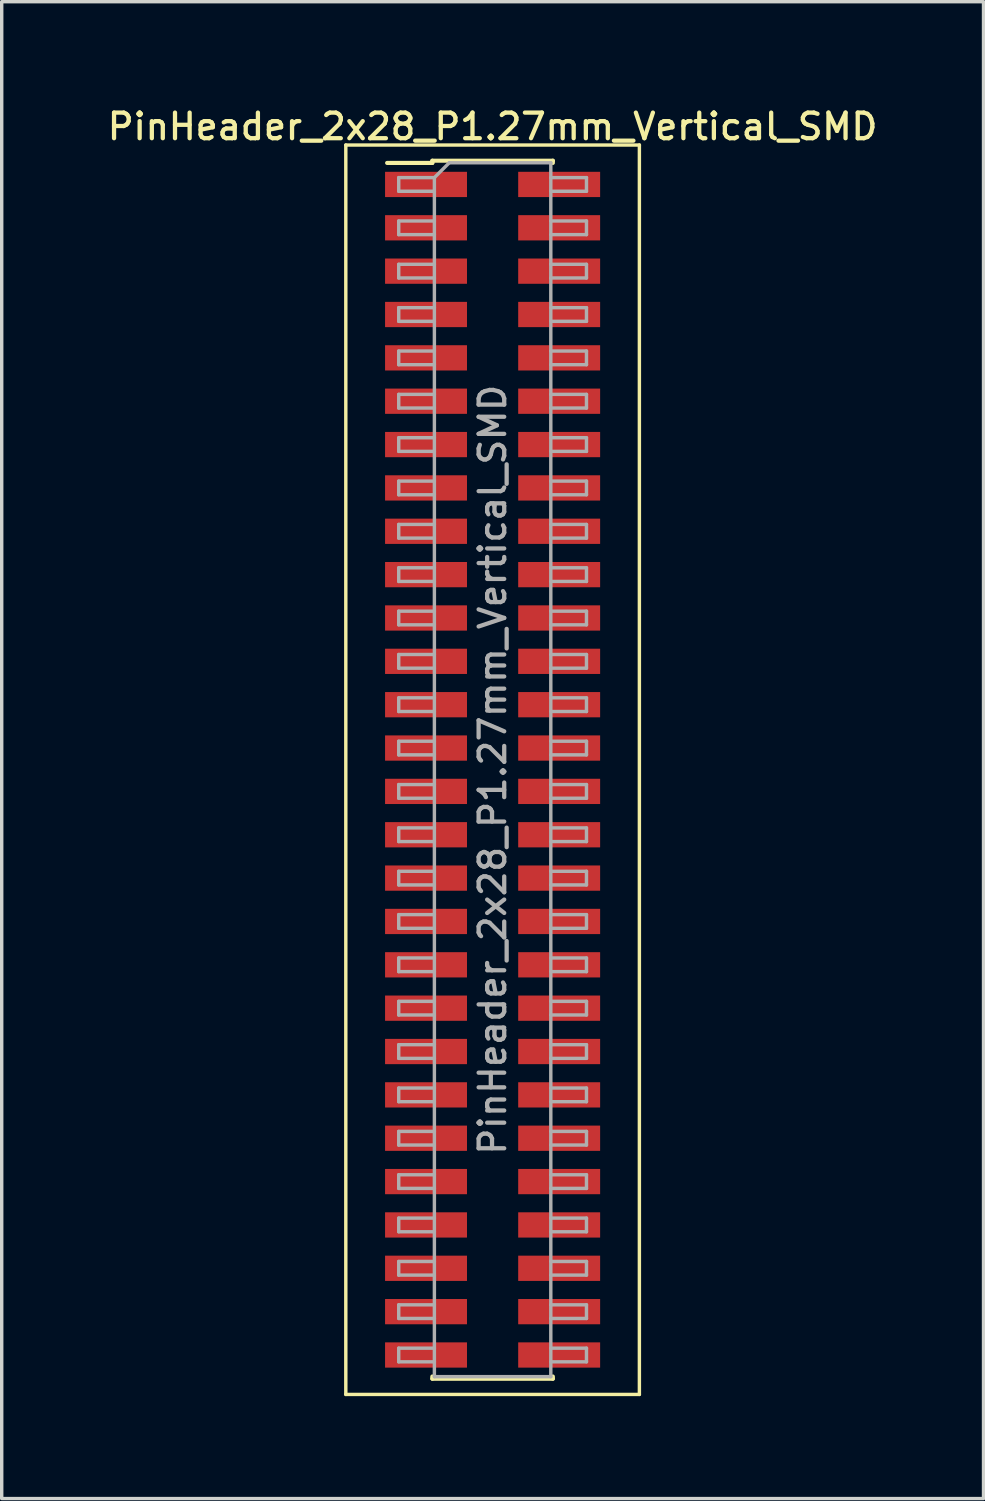
<source format=kicad_pcb>
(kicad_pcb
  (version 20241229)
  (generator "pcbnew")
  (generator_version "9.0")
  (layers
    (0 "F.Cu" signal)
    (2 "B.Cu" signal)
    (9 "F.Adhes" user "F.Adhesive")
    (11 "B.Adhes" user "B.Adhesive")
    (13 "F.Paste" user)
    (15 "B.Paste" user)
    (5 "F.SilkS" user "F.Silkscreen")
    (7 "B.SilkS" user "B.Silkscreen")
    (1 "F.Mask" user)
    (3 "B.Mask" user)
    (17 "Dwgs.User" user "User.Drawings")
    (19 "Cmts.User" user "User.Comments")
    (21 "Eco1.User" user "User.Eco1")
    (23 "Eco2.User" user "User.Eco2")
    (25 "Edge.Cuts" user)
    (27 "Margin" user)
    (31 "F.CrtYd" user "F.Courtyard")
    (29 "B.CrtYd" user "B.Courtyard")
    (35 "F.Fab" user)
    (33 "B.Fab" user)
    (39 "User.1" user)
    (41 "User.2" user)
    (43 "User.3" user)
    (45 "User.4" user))
  (footprint "PinHeader_2x28_P1.27mm_Vertical_SMD"
    (layer "F.Cu")
    (at 11.38 19.498)
    (property "Reference" "PinHeader_2x28_P1.27mm_Vertical_SMD" (at 0 -18.84 0) (layer "F.SilkS") (effects (font (size 0.75 0.75) (thickness 0.125))))
    (attr smd)
    (fp_line (start -4.3 -18.3) (end -4.3 18.3) (stroke (width 0.1) (type solid)) (layer "F.SilkS"))
    (fp_line (start -4.3 18.3) (end 4.3 18.3) (stroke (width 0.1) (type solid)) (layer "F.SilkS"))
    (fp_line (start -3.09 -17.775) (end -1.765 -17.775) (stroke (width 0.12) (type solid)) (layer "F.SilkS"))
    (fp_line (start -1.765 -17.84) (end -1.765 -17.775) (stroke (width 0.12) (type solid)) (layer "F.SilkS"))
    (fp_line (start -1.765 -17.84) (end 1.765 -17.84) (stroke (width 0.12) (type solid)) (layer "F.SilkS"))
    (fp_line (start -1.765 17.775) (end -1.765 17.84) (stroke (width 0.12) (type solid)) (layer "F.SilkS"))
    (fp_line (start -1.765 17.84) (end 1.765 17.84) (stroke (width 0.12) (type solid)) (layer "F.SilkS"))
    (fp_line (start 1.765 -17.84) (end 1.765 -17.775) (stroke (width 0.12) (type solid)) (layer "F.SilkS"))
    (fp_line (start 1.765 17.775) (end 1.765 17.84) (stroke (width 0.12) (type solid)) (layer "F.SilkS"))
    (fp_line (start 4.3 -18.3) (end -4.3 -18.3) (stroke (width 0.1) (type solid)) (layer "F.SilkS"))
    (fp_line (start 4.3 18.3) (end 4.3 -18.3) (stroke (width 0.1) (type solid)) (layer "F.SilkS"))
    (fp_line (start -2.75 -17.345) (end -2.75 -16.945) (stroke (width 0.1) (type solid)) (layer "F.Fab"))
    (fp_line (start -2.75 -16.945) (end -1.705 -16.945) (stroke (width 0.1) (type solid)) (layer "F.Fab"))
    (fp_line (start -2.75 -16.075) (end -2.75 -15.675) (stroke (width 0.1) (type solid)) (layer "F.Fab"))
    (fp_line (start -2.75 -15.675) (end -1.705 -15.675) (stroke (width 0.1) (type solid)) (layer "F.Fab"))
    (fp_line (start -2.75 -14.805) (end -2.75 -14.405) (stroke (width 0.1) (type solid)) (layer "F.Fab"))
    (fp_line (start -2.75 -14.405) (end -1.705 -14.405) (stroke (width 0.1) (type solid)) (layer "F.Fab"))
    (fp_line (start -2.75 -13.535) (end -2.75 -13.135) (stroke (width 0.1) (type solid)) (layer "F.Fab"))
    (fp_line (start -2.75 -13.135) (end -1.705 -13.135) (stroke (width 0.1) (type solid)) (layer "F.Fab"))
    (fp_line (start -2.75 -12.265) (end -2.75 -11.865) (stroke (width 0.1) (type solid)) (layer "F.Fab"))
    (fp_line (start -2.75 -11.865) (end -1.705 -11.865) (stroke (width 0.1) (type solid)) (layer "F.Fab"))
    (fp_line (start -2.75 -10.995) (end -2.75 -10.595) (stroke (width 0.1) (type solid)) (layer "F.Fab"))
    (fp_line (start -2.75 -10.595) (end -1.705 -10.595) (stroke (width 0.1) (type solid)) (layer "F.Fab"))
    (fp_line (start -2.75 -9.725) (end -2.75 -9.325) (stroke (width 0.1) (type solid)) (layer "F.Fab"))
    (fp_line (start -2.75 -9.325) (end -1.705 -9.325) (stroke (width 0.1) (type solid)) (layer "F.Fab"))
    (fp_line (start -2.75 -8.455) (end -2.75 -8.055) (stroke (width 0.1) (type solid)) (layer "F.Fab"))
    (fp_line (start -2.75 -8.055) (end -1.705 -8.055) (stroke (width 0.1) (type solid)) (layer "F.Fab"))
    (fp_line (start -2.75 -7.185) (end -2.75 -6.785) (stroke (width 0.1) (type solid)) (layer "F.Fab"))
    (fp_line (start -2.75 -6.785) (end -1.705 -6.785) (stroke (width 0.1) (type solid)) (layer "F.Fab"))
    (fp_line (start -2.75 -5.915) (end -2.75 -5.515) (stroke (width 0.1) (type solid)) (layer "F.Fab"))
    (fp_line (start -2.75 -5.515) (end -1.705 -5.515) (stroke (width 0.1) (type solid)) (layer "F.Fab"))
    (fp_line (start -2.75 -4.645) (end -2.75 -4.245) (stroke (width 0.1) (type solid)) (layer "F.Fab"))
    (fp_line (start -2.75 -4.245) (end -1.705 -4.245) (stroke (width 0.1) (type solid)) (layer "F.Fab"))
    (fp_line (start -2.75 -3.375) (end -2.75 -2.975) (stroke (width 0.1) (type solid)) (layer "F.Fab"))
    (fp_line (start -2.75 -2.975) (end -1.705 -2.975) (stroke (width 0.1) (type solid)) (layer "F.Fab"))
    (fp_line (start -2.75 -2.105) (end -2.75 -1.705) (stroke (width 0.1) (type solid)) (layer "F.Fab"))
    (fp_line (start -2.75 -1.705) (end -1.705 -1.705) (stroke (width 0.1) (type solid)) (layer "F.Fab"))
    (fp_line (start -2.75 -0.835) (end -2.75 -0.435) (stroke (width 0.1) (type solid)) (layer "F.Fab"))
    (fp_line (start -2.75 -0.435) (end -1.705 -0.435) (stroke (width 0.1) (type solid)) (layer "F.Fab"))
    (fp_line (start -2.75 0.435) (end -2.75 0.835) (stroke (width 0.1) (type solid)) (layer "F.Fab"))
    (fp_line (start -2.75 0.835) (end -1.705 0.835) (stroke (width 0.1) (type solid)) (layer "F.Fab"))
    (fp_line (start -2.75 1.705) (end -2.75 2.105) (stroke (width 0.1) (type solid)) (layer "F.Fab"))
    (fp_line (start -2.75 2.105) (end -1.705 2.105) (stroke (width 0.1) (type solid)) (layer "F.Fab"))
    (fp_line (start -2.75 2.975) (end -2.75 3.375) (stroke (width 0.1) (type solid)) (layer "F.Fab"))
    (fp_line (start -2.75 3.375) (end -1.705 3.375) (stroke (width 0.1) (type solid)) (layer "F.Fab"))
    (fp_line (start -2.75 4.245) (end -2.75 4.645) (stroke (width 0.1) (type solid)) (layer "F.Fab"))
    (fp_line (start -2.75 4.645) (end -1.705 4.645) (stroke (width 0.1) (type solid)) (layer "F.Fab"))
    (fp_line (start -2.75 5.515) (end -2.75 5.915) (stroke (width 0.1) (type solid)) (layer "F.Fab"))
    (fp_line (start -2.75 5.915) (end -1.705 5.915) (stroke (width 0.1) (type solid)) (layer "F.Fab"))
    (fp_line (start -2.75 6.785) (end -2.75 7.185) (stroke (width 0.1) (type solid)) (layer "F.Fab"))
    (fp_line (start -2.75 7.185) (end -1.705 7.185) (stroke (width 0.1) (type solid)) (layer "F.Fab"))
    (fp_line (start -2.75 8.055) (end -2.75 8.455) (stroke (width 0.1) (type solid)) (layer "F.Fab"))
    (fp_line (start -2.75 8.455) (end -1.705 8.455) (stroke (width 0.1) (type solid)) (layer "F.Fab"))
    (fp_line (start -2.75 9.325) (end -2.75 9.725) (stroke (width 0.1) (type solid)) (layer "F.Fab"))
    (fp_line (start -2.75 9.725) (end -1.705 9.725) (stroke (width 0.1) (type solid)) (layer "F.Fab"))
    (fp_line (start -2.75 10.595) (end -2.75 10.995) (stroke (width 0.1) (type solid)) (layer "F.Fab"))
    (fp_line (start -2.75 10.995) (end -1.705 10.995) (stroke (width 0.1) (type solid)) (layer "F.Fab"))
    (fp_line (start -2.75 11.865) (end -2.75 12.265) (stroke (width 0.1) (type solid)) (layer "F.Fab"))
    (fp_line (start -2.75 12.265) (end -1.705 12.265) (stroke (width 0.1) (type solid)) (layer "F.Fab"))
    (fp_line (start -2.75 13.135) (end -2.75 13.535) (stroke (width 0.1) (type solid)) (layer "F.Fab"))
    (fp_line (start -2.75 13.535) (end -1.705 13.535) (stroke (width 0.1) (type solid)) (layer "F.Fab"))
    (fp_line (start -2.75 14.405) (end -2.75 14.805) (stroke (width 0.1) (type solid)) (layer "F.Fab"))
    (fp_line (start -2.75 14.805) (end -1.705 14.805) (stroke (width 0.1) (type solid)) (layer "F.Fab"))
    (fp_line (start -2.75 15.675) (end -2.75 16.075) (stroke (width 0.1) (type solid)) (layer "F.Fab"))
    (fp_line (start -2.75 16.075) (end -1.705 16.075) (stroke (width 0.1) (type solid)) (layer "F.Fab"))
    (fp_line (start -2.75 16.945) (end -2.75 17.345) (stroke (width 0.1) (type solid)) (layer "F.Fab"))
    (fp_line (start -2.75 17.345) (end -1.705 17.345) (stroke (width 0.1) (type solid)) (layer "F.Fab"))
    (fp_line (start -1.705 -17.345) (end -2.75 -17.345) (stroke (width 0.1) (type solid)) (layer "F.Fab"))
    (fp_line (start -1.705 -17.345) (end -1.27 -17.78) (stroke (width 0.1) (type solid)) (layer "F.Fab"))
    (fp_line (start -1.705 -16.075) (end -2.75 -16.075) (stroke (width 0.1) (type solid)) (layer "F.Fab"))
    (fp_line (start -1.705 -14.805) (end -2.75 -14.805) (stroke (width 0.1) (type solid)) (layer "F.Fab"))
    (fp_line (start -1.705 -13.535) (end -2.75 -13.535) (stroke (width 0.1) (type solid)) (layer "F.Fab"))
    (fp_line (start -1.705 -12.265) (end -2.75 -12.265) (stroke (width 0.1) (type solid)) (layer "F.Fab"))
    (fp_line (start -1.705 -10.995) (end -2.75 -10.995) (stroke (width 0.1) (type solid)) (layer "F.Fab"))
    (fp_line (start -1.705 -9.725) (end -2.75 -9.725) (stroke (width 0.1) (type solid)) (layer "F.Fab"))
    (fp_line (start -1.705 -8.455) (end -2.75 -8.455) (stroke (width 0.1) (type solid)) (layer "F.Fab"))
    (fp_line (start -1.705 -7.185) (end -2.75 -7.185) (stroke (width 0.1) (type solid)) (layer "F.Fab"))
    (fp_line (start -1.705 -5.915) (end -2.75 -5.915) (stroke (width 0.1) (type solid)) (layer "F.Fab"))
    (fp_line (start -1.705 -4.645) (end -2.75 -4.645) (stroke (width 0.1) (type solid)) (layer "F.Fab"))
    (fp_line (start -1.705 -3.375) (end -2.75 -3.375) (stroke (width 0.1) (type solid)) (layer "F.Fab"))
    (fp_line (start -1.705 -2.105) (end -2.75 -2.105) (stroke (width 0.1) (type solid)) (layer "F.Fab"))
    (fp_line (start -1.705 -0.835) (end -2.75 -0.835) (stroke (width 0.1) (type solid)) (layer "F.Fab"))
    (fp_line (start -1.705 0.435) (end -2.75 0.435) (stroke (width 0.1) (type solid)) (layer "F.Fab"))
    (fp_line (start -1.705 1.705) (end -2.75 1.705) (stroke (width 0.1) (type solid)) (layer "F.Fab"))
    (fp_line (start -1.705 2.975) (end -2.75 2.975) (stroke (width 0.1) (type solid)) (layer "F.Fab"))
    (fp_line (start -1.705 4.245) (end -2.75 4.245) (stroke (width 0.1) (type solid)) (layer "F.Fab"))
    (fp_line (start -1.705 5.515) (end -2.75 5.515) (stroke (width 0.1) (type solid)) (layer "F.Fab"))
    (fp_line (start -1.705 6.785) (end -2.75 6.785) (stroke (width 0.1) (type solid)) (layer "F.Fab"))
    (fp_line (start -1.705 8.055) (end -2.75 8.055) (stroke (width 0.1) (type solid)) (layer "F.Fab"))
    (fp_line (start -1.705 9.325) (end -2.75 9.325) (stroke (width 0.1) (type solid)) (layer "F.Fab"))
    (fp_line (start -1.705 10.595) (end -2.75 10.595) (stroke (width 0.1) (type solid)) (layer "F.Fab"))
    (fp_line (start -1.705 11.865) (end -2.75 11.865) (stroke (width 0.1) (type solid)) (layer "F.Fab"))
    (fp_line (start -1.705 13.135) (end -2.75 13.135) (stroke (width 0.1) (type solid)) (layer "F.Fab"))
    (fp_line (start -1.705 14.405) (end -2.75 14.405) (stroke (width 0.1) (type solid)) (layer "F.Fab"))
    (fp_line (start -1.705 15.675) (end -2.75 15.675) (stroke (width 0.1) (type solid)) (layer "F.Fab"))
    (fp_line (start -1.705 16.945) (end -2.75 16.945) (stroke (width 0.1) (type solid)) (layer "F.Fab"))
    (fp_line (start -1.705 17.78) (end -1.705 -17.345) (stroke (width 0.1) (type solid)) (layer "F.Fab"))
    (fp_line (start -1.27 -17.78) (end 1.705 -17.78) (stroke (width 0.1) (type solid)) (layer "F.Fab"))
    (fp_line (start 1.705 -17.78) (end 1.705 17.78) (stroke (width 0.1) (type solid)) (layer "F.Fab"))
    (fp_line (start 1.705 -17.345) (end 2.75 -17.345) (stroke (width 0.1) (type solid)) (layer "F.Fab"))
    (fp_line (start 1.705 -16.075) (end 2.75 -16.075) (stroke (width 0.1) (type solid)) (layer "F.Fab"))
    (fp_line (start 1.705 -14.805) (end 2.75 -14.805) (stroke (width 0.1) (type solid)) (layer "F.Fab"))
    (fp_line (start 1.705 -13.535) (end 2.75 -13.535) (stroke (width 0.1) (type solid)) (layer "F.Fab"))
    (fp_line (start 1.705 -12.265) (end 2.75 -12.265) (stroke (width 0.1) (type solid)) (layer "F.Fab"))
    (fp_line (start 1.705 -10.995) (end 2.75 -10.995) (stroke (width 0.1) (type solid)) (layer "F.Fab"))
    (fp_line (start 1.705 -9.725) (end 2.75 -9.725) (stroke (width 0.1) (type solid)) (layer "F.Fab"))
    (fp_line (start 1.705 -8.455) (end 2.75 -8.455) (stroke (width 0.1) (type solid)) (layer "F.Fab"))
    (fp_line (start 1.705 -7.185) (end 2.75 -7.185) (stroke (width 0.1) (type solid)) (layer "F.Fab"))
    (fp_line (start 1.705 -5.915) (end 2.75 -5.915) (stroke (width 0.1) (type solid)) (layer "F.Fab"))
    (fp_line (start 1.705 -4.645) (end 2.75 -4.645) (stroke (width 0.1) (type solid)) (layer "F.Fab"))
    (fp_line (start 1.705 -3.375) (end 2.75 -3.375) (stroke (width 0.1) (type solid)) (layer "F.Fab"))
    (fp_line (start 1.705 -2.105) (end 2.75 -2.105) (stroke (width 0.1) (type solid)) (layer "F.Fab"))
    (fp_line (start 1.705 -0.835) (end 2.75 -0.835) (stroke (width 0.1) (type solid)) (layer "F.Fab"))
    (fp_line (start 1.705 0.435) (end 2.75 0.435) (stroke (width 0.1) (type solid)) (layer "F.Fab"))
    (fp_line (start 1.705 1.705) (end 2.75 1.705) (stroke (width 0.1) (type solid)) (layer "F.Fab"))
    (fp_line (start 1.705 2.975) (end 2.75 2.975) (stroke (width 0.1) (type solid)) (layer "F.Fab"))
    (fp_line (start 1.705 4.245) (end 2.75 4.245) (stroke (width 0.1) (type solid)) (layer "F.Fab"))
    (fp_line (start 1.705 5.515) (end 2.75 5.515) (stroke (width 0.1) (type solid)) (layer "F.Fab"))
    (fp_line (start 1.705 6.785) (end 2.75 6.785) (stroke (width 0.1) (type solid)) (layer "F.Fab"))
    (fp_line (start 1.705 8.055) (end 2.75 8.055) (stroke (width 0.1) (type solid)) (layer "F.Fab"))
    (fp_line (start 1.705 9.325) (end 2.75 9.325) (stroke (width 0.1) (type solid)) (layer "F.Fab"))
    (fp_line (start 1.705 10.595) (end 2.75 10.595) (stroke (width 0.1) (type solid)) (layer "F.Fab"))
    (fp_line (start 1.705 11.865) (end 2.75 11.865) (stroke (width 0.1) (type solid)) (layer "F.Fab"))
    (fp_line (start 1.705 13.135) (end 2.75 13.135) (stroke (width 0.1) (type solid)) (layer "F.Fab"))
    (fp_line (start 1.705 14.405) (end 2.75 14.405) (stroke (width 0.1) (type solid)) (layer "F.Fab"))
    (fp_line (start 1.705 15.675) (end 2.75 15.675) (stroke (width 0.1) (type solid)) (layer "F.Fab"))
    (fp_line (start 1.705 16.945) (end 2.75 16.945) (stroke (width 0.1) (type solid)) (layer "F.Fab"))
    (fp_line (start 1.705 17.78) (end -1.705 17.78) (stroke (width 0.1) (type solid)) (layer "F.Fab"))
    (fp_line (start 2.75 -17.345) (end 2.75 -16.945) (stroke (width 0.1) (type solid)) (layer "F.Fab"))
    (fp_line (start 2.75 -16.945) (end 1.705 -16.945) (stroke (width 0.1) (type solid)) (layer "F.Fab"))
    (fp_line (start 2.75 -16.075) (end 2.75 -15.675) (stroke (width 0.1) (type solid)) (layer "F.Fab"))
    (fp_line (start 2.75 -15.675) (end 1.705 -15.675) (stroke (width 0.1) (type solid)) (layer "F.Fab"))
    (fp_line (start 2.75 -14.805) (end 2.75 -14.405) (stroke (width 0.1) (type solid)) (layer "F.Fab"))
    (fp_line (start 2.75 -14.405) (end 1.705 -14.405) (stroke (width 0.1) (type solid)) (layer "F.Fab"))
    (fp_line (start 2.75 -13.535) (end 2.75 -13.135) (stroke (width 0.1) (type solid)) (layer "F.Fab"))
    (fp_line (start 2.75 -13.135) (end 1.705 -13.135) (stroke (width 0.1) (type solid)) (layer "F.Fab"))
    (fp_line (start 2.75 -12.265) (end 2.75 -11.865) (stroke (width 0.1) (type solid)) (layer "F.Fab"))
    (fp_line (start 2.75 -11.865) (end 1.705 -11.865) (stroke (width 0.1) (type solid)) (layer "F.Fab"))
    (fp_line (start 2.75 -10.995) (end 2.75 -10.595) (stroke (width 0.1) (type solid)) (layer "F.Fab"))
    (fp_line (start 2.75 -10.595) (end 1.705 -10.595) (stroke (width 0.1) (type solid)) (layer "F.Fab"))
    (fp_line (start 2.75 -9.725) (end 2.75 -9.325) (stroke (width 0.1) (type solid)) (layer "F.Fab"))
    (fp_line (start 2.75 -9.325) (end 1.705 -9.325) (stroke (width 0.1) (type solid)) (layer "F.Fab"))
    (fp_line (start 2.75 -8.455) (end 2.75 -8.055) (stroke (width 0.1) (type solid)) (layer "F.Fab"))
    (fp_line (start 2.75 -8.055) (end 1.705 -8.055) (stroke (width 0.1) (type solid)) (layer "F.Fab"))
    (fp_line (start 2.75 -7.185) (end 2.75 -6.785) (stroke (width 0.1) (type solid)) (layer "F.Fab"))
    (fp_line (start 2.75 -6.785) (end 1.705 -6.785) (stroke (width 0.1) (type solid)) (layer "F.Fab"))
    (fp_line (start 2.75 -5.915) (end 2.75 -5.515) (stroke (width 0.1) (type solid)) (layer "F.Fab"))
    (fp_line (start 2.75 -5.515) (end 1.705 -5.515) (stroke (width 0.1) (type solid)) (layer "F.Fab"))
    (fp_line (start 2.75 -4.645) (end 2.75 -4.245) (stroke (width 0.1) (type solid)) (layer "F.Fab"))
    (fp_line (start 2.75 -4.245) (end 1.705 -4.245) (stroke (width 0.1) (type solid)) (layer "F.Fab"))
    (fp_line (start 2.75 -3.375) (end 2.75 -2.975) (stroke (width 0.1) (type solid)) (layer "F.Fab"))
    (fp_line (start 2.75 -2.975) (end 1.705 -2.975) (stroke (width 0.1) (type solid)) (layer "F.Fab"))
    (fp_line (start 2.75 -2.105) (end 2.75 -1.705) (stroke (width 0.1) (type solid)) (layer "F.Fab"))
    (fp_line (start 2.75 -1.705) (end 1.705 -1.705) (stroke (width 0.1) (type solid)) (layer "F.Fab"))
    (fp_line (start 2.75 -0.835) (end 2.75 -0.435) (stroke (width 0.1) (type solid)) (layer "F.Fab"))
    (fp_line (start 2.75 -0.435) (end 1.705 -0.435) (stroke (width 0.1) (type solid)) (layer "F.Fab"))
    (fp_line (start 2.75 0.435) (end 2.75 0.835) (stroke (width 0.1) (type solid)) (layer "F.Fab"))
    (fp_line (start 2.75 0.835) (end 1.705 0.835) (stroke (width 0.1) (type solid)) (layer "F.Fab"))
    (fp_line (start 2.75 1.705) (end 2.75 2.105) (stroke (width 0.1) (type solid)) (layer "F.Fab"))
    (fp_line (start 2.75 2.105) (end 1.705 2.105) (stroke (width 0.1) (type solid)) (layer "F.Fab"))
    (fp_line (start 2.75 2.975) (end 2.75 3.375) (stroke (width 0.1) (type solid)) (layer "F.Fab"))
    (fp_line (start 2.75 3.375) (end 1.705 3.375) (stroke (width 0.1) (type solid)) (layer "F.Fab"))
    (fp_line (start 2.75 4.245) (end 2.75 4.645) (stroke (width 0.1) (type solid)) (layer "F.Fab"))
    (fp_line (start 2.75 4.645) (end 1.705 4.645) (stroke (width 0.1) (type solid)) (layer "F.Fab"))
    (fp_line (start 2.75 5.515) (end 2.75 5.915) (stroke (width 0.1) (type solid)) (layer "F.Fab"))
    (fp_line (start 2.75 5.915) (end 1.705 5.915) (stroke (width 0.1) (type solid)) (layer "F.Fab"))
    (fp_line (start 2.75 6.785) (end 2.75 7.185) (stroke (width 0.1) (type solid)) (layer "F.Fab"))
    (fp_line (start 2.75 7.185) (end 1.705 7.185) (stroke (width 0.1) (type solid)) (layer "F.Fab"))
    (fp_line (start 2.75 8.055) (end 2.75 8.455) (stroke (width 0.1) (type solid)) (layer "F.Fab"))
    (fp_line (start 2.75 8.455) (end 1.705 8.455) (stroke (width 0.1) (type solid)) (layer "F.Fab"))
    (fp_line (start 2.75 9.325) (end 2.75 9.725) (stroke (width 0.1) (type solid)) (layer "F.Fab"))
    (fp_line (start 2.75 9.725) (end 1.705 9.725) (stroke (width 0.1) (type solid)) (layer "F.Fab"))
    (fp_line (start 2.75 10.595) (end 2.75 10.995) (stroke (width 0.1) (type solid)) (layer "F.Fab"))
    (fp_line (start 2.75 10.995) (end 1.705 10.995) (stroke (width 0.1) (type solid)) (layer "F.Fab"))
    (fp_line (start 2.75 11.865) (end 2.75 12.265) (stroke (width 0.1) (type solid)) (layer "F.Fab"))
    (fp_line (start 2.75 12.265) (end 1.705 12.265) (stroke (width 0.1) (type solid)) (layer "F.Fab"))
    (fp_line (start 2.75 13.135) (end 2.75 13.535) (stroke (width 0.1) (type solid)) (layer "F.Fab"))
    (fp_line (start 2.75 13.535) (end 1.705 13.535) (stroke (width 0.1) (type solid)) (layer "F.Fab"))
    (fp_line (start 2.75 14.405) (end 2.75 14.805) (stroke (width 0.1) (type solid)) (layer "F.Fab"))
    (fp_line (start 2.75 14.805) (end 1.705 14.805) (stroke (width 0.1) (type solid)) (layer "F.Fab"))
    (fp_line (start 2.75 15.675) (end 2.75 16.075) (stroke (width 0.1) (type solid)) (layer "F.Fab"))
    (fp_line (start 2.75 16.075) (end 1.705 16.075) (stroke (width 0.1) (type solid)) (layer "F.Fab"))
    (fp_line (start 2.75 16.945) (end 2.75 17.345) (stroke (width 0.1) (type solid)) (layer "F.Fab"))
    (fp_line (start 2.75 17.345) (end 1.705 17.345) (stroke (width 0.1) (type solid)) (layer "F.Fab"))
    (fp_text user "${REFERENCE}" (at 0 0 90) (layer "F.Fab") (effects (font (size 0.75 0.75) (thickness 0.125))))
    (pad "1" smd rect (at -1.95 -17.145) (size 2.4 0.74) (layers "F.Cu" "F.Mask" "F.Paste"))
    (pad "2" smd rect (at 1.95 -17.145) (size 2.4 0.74) (layers "F.Cu" "F.Mask" "F.Paste"))
    (pad "3" smd rect (at -1.95 -15.875) (size 2.4 0.74) (layers "F.Cu" "F.Mask" "F.Paste"))
    (pad "4" smd rect (at 1.95 -15.875) (size 2.4 0.74) (layers "F.Cu" "F.Mask" "F.Paste"))
    (pad "5" smd rect (at -1.95 -14.605) (size 2.4 0.74) (layers "F.Cu" "F.Mask" "F.Paste"))
    (pad "6" smd rect (at 1.95 -14.605) (size 2.4 0.74) (layers "F.Cu" "F.Mask" "F.Paste"))
    (pad "7" smd rect (at -1.95 -13.335) (size 2.4 0.74) (layers "F.Cu" "F.Mask" "F.Paste"))
    (pad "8" smd rect (at 1.95 -13.335) (size 2.4 0.74) (layers "F.Cu" "F.Mask" "F.Paste"))
    (pad "9" smd rect (at -1.95 -12.065) (size 2.4 0.74) (layers "F.Cu" "F.Mask" "F.Paste"))
    (pad "10" smd rect (at 1.95 -12.065) (size 2.4 0.74) (layers "F.Cu" "F.Mask" "F.Paste"))
    (pad "11" smd rect (at -1.95 -10.795) (size 2.4 0.74) (layers "F.Cu" "F.Mask" "F.Paste"))
    (pad "12" smd rect (at 1.95 -10.795) (size 2.4 0.74) (layers "F.Cu" "F.Mask" "F.Paste"))
    (pad "13" smd rect (at -1.95 -9.525) (size 2.4 0.74) (layers "F.Cu" "F.Mask" "F.Paste"))
    (pad "14" smd rect (at 1.95 -9.525) (size 2.4 0.74) (layers "F.Cu" "F.Mask" "F.Paste"))
    (pad "15" smd rect (at -1.95 -8.255) (size 2.4 0.74) (layers "F.Cu" "F.Mask" "F.Paste"))
    (pad "16" smd rect (at 1.95 -8.255) (size 2.4 0.74) (layers "F.Cu" "F.Mask" "F.Paste"))
    (pad "17" smd rect (at -1.95 -6.985) (size 2.4 0.74) (layers "F.Cu" "F.Mask" "F.Paste"))
    (pad "18" smd rect (at 1.95 -6.985) (size 2.4 0.74) (layers "F.Cu" "F.Mask" "F.Paste"))
    (pad "19" smd rect (at -1.95 -5.715) (size 2.4 0.74) (layers "F.Cu" "F.Mask" "F.Paste"))
    (pad "20" smd rect (at 1.95 -5.715) (size 2.4 0.74) (layers "F.Cu" "F.Mask" "F.Paste"))
    (pad "21" smd rect (at -1.95 -4.445) (size 2.4 0.74) (layers "F.Cu" "F.Mask" "F.Paste"))
    (pad "22" smd rect (at 1.95 -4.445) (size 2.4 0.74) (layers "F.Cu" "F.Mask" "F.Paste"))
    (pad "23" smd rect (at -1.95 -3.175) (size 2.4 0.74) (layers "F.Cu" "F.Mask" "F.Paste"))
    (pad "24" smd rect (at 1.95 -3.175) (size 2.4 0.74) (layers "F.Cu" "F.Mask" "F.Paste"))
    (pad "25" smd rect (at -1.95 -1.905) (size 2.4 0.74) (layers "F.Cu" "F.Mask" "F.Paste"))
    (pad "26" smd rect (at 1.95 -1.905) (size 2.4 0.74) (layers "F.Cu" "F.Mask" "F.Paste"))
    (pad "27" smd rect (at -1.95 -0.635) (size 2.4 0.74) (layers "F.Cu" "F.Mask" "F.Paste"))
    (pad "28" smd rect (at 1.95 -0.635) (size 2.4 0.74) (layers "F.Cu" "F.Mask" "F.Paste"))
    (pad "29" smd rect (at -1.95 0.635) (size 2.4 0.74) (layers "F.Cu" "F.Mask" "F.Paste"))
    (pad "30" smd rect (at 1.95 0.635) (size 2.4 0.74) (layers "F.Cu" "F.Mask" "F.Paste"))
    (pad "31" smd rect (at -1.95 1.905) (size 2.4 0.74) (layers "F.Cu" "F.Mask" "F.Paste"))
    (pad "32" smd rect (at 1.95 1.905) (size 2.4 0.74) (layers "F.Cu" "F.Mask" "F.Paste"))
    (pad "33" smd rect (at -1.95 3.175) (size 2.4 0.74) (layers "F.Cu" "F.Mask" "F.Paste"))
    (pad "34" smd rect (at 1.95 3.175) (size 2.4 0.74) (layers "F.Cu" "F.Mask" "F.Paste"))
    (pad "35" smd rect (at -1.95 4.445) (size 2.4 0.74) (layers "F.Cu" "F.Mask" "F.Paste"))
    (pad "36" smd rect (at 1.95 4.445) (size 2.4 0.74) (layers "F.Cu" "F.Mask" "F.Paste"))
    (pad "37" smd rect (at -1.95 5.715) (size 2.4 0.74) (layers "F.Cu" "F.Mask" "F.Paste"))
    (pad "38" smd rect (at 1.95 5.715) (size 2.4 0.74) (layers "F.Cu" "F.Mask" "F.Paste"))
    (pad "39" smd rect (at -1.95 6.985) (size 2.4 0.74) (layers "F.Cu" "F.Mask" "F.Paste"))
    (pad "40" smd rect (at 1.95 6.985) (size 2.4 0.74) (layers "F.Cu" "F.Mask" "F.Paste"))
    (pad "41" smd rect (at -1.95 8.255) (size 2.4 0.74) (layers "F.Cu" "F.Mask" "F.Paste"))
    (pad "42" smd rect (at 1.95 8.255) (size 2.4 0.74) (layers "F.Cu" "F.Mask" "F.Paste"))
    (pad "43" smd rect (at -1.95 9.525) (size 2.4 0.74) (layers "F.Cu" "F.Mask" "F.Paste"))
    (pad "44" smd rect (at 1.95 9.525) (size 2.4 0.74) (layers "F.Cu" "F.Mask" "F.Paste"))
    (pad "45" smd rect (at -1.95 10.795) (size 2.4 0.74) (layers "F.Cu" "F.Mask" "F.Paste"))
    (pad "46" smd rect (at 1.95 10.795) (size 2.4 0.74) (layers "F.Cu" "F.Mask" "F.Paste"))
    (pad "47" smd rect (at -1.95 12.065) (size 2.4 0.74) (layers "F.Cu" "F.Mask" "F.Paste"))
    (pad "48" smd rect (at 1.95 12.065) (size 2.4 0.74) (layers "F.Cu" "F.Mask" "F.Paste"))
    (pad "49" smd rect (at -1.95 13.335) (size 2.4 0.74) (layers "F.Cu" "F.Mask" "F.Paste"))
    (pad "50" smd rect (at 1.95 13.335) (size 2.4 0.74) (layers "F.Cu" "F.Mask" "F.Paste"))
    (pad "51" smd rect (at -1.95 14.605) (size 2.4 0.74) (layers "F.Cu" "F.Mask" "F.Paste"))
    (pad "52" smd rect (at 1.95 14.605) (size 2.4 0.74) (layers "F.Cu" "F.Mask" "F.Paste"))
    (pad "53" smd rect (at -1.95 15.875) (size 2.4 0.74) (layers "F.Cu" "F.Mask" "F.Paste"))
    (pad "54" smd rect (at 1.95 15.875) (size 2.4 0.74) (layers "F.Cu" "F.Mask" "F.Paste"))
    (pad "55" smd rect (at -1.95 17.145) (size 2.4 0.74) (layers "F.Cu" "F.Mask" "F.Paste"))
    (pad "56" smd rect (at 1.95 17.145) (size 2.4 0.74) (layers "F.Cu" "F.Mask" "F.Paste")))
  (gr_rect
    (start -3 -3)
    (end 25.761 40.848)
    (stroke (width 0.1) (type default))
    (fill no)
    (layer "Edge.Cuts")))
</source>
